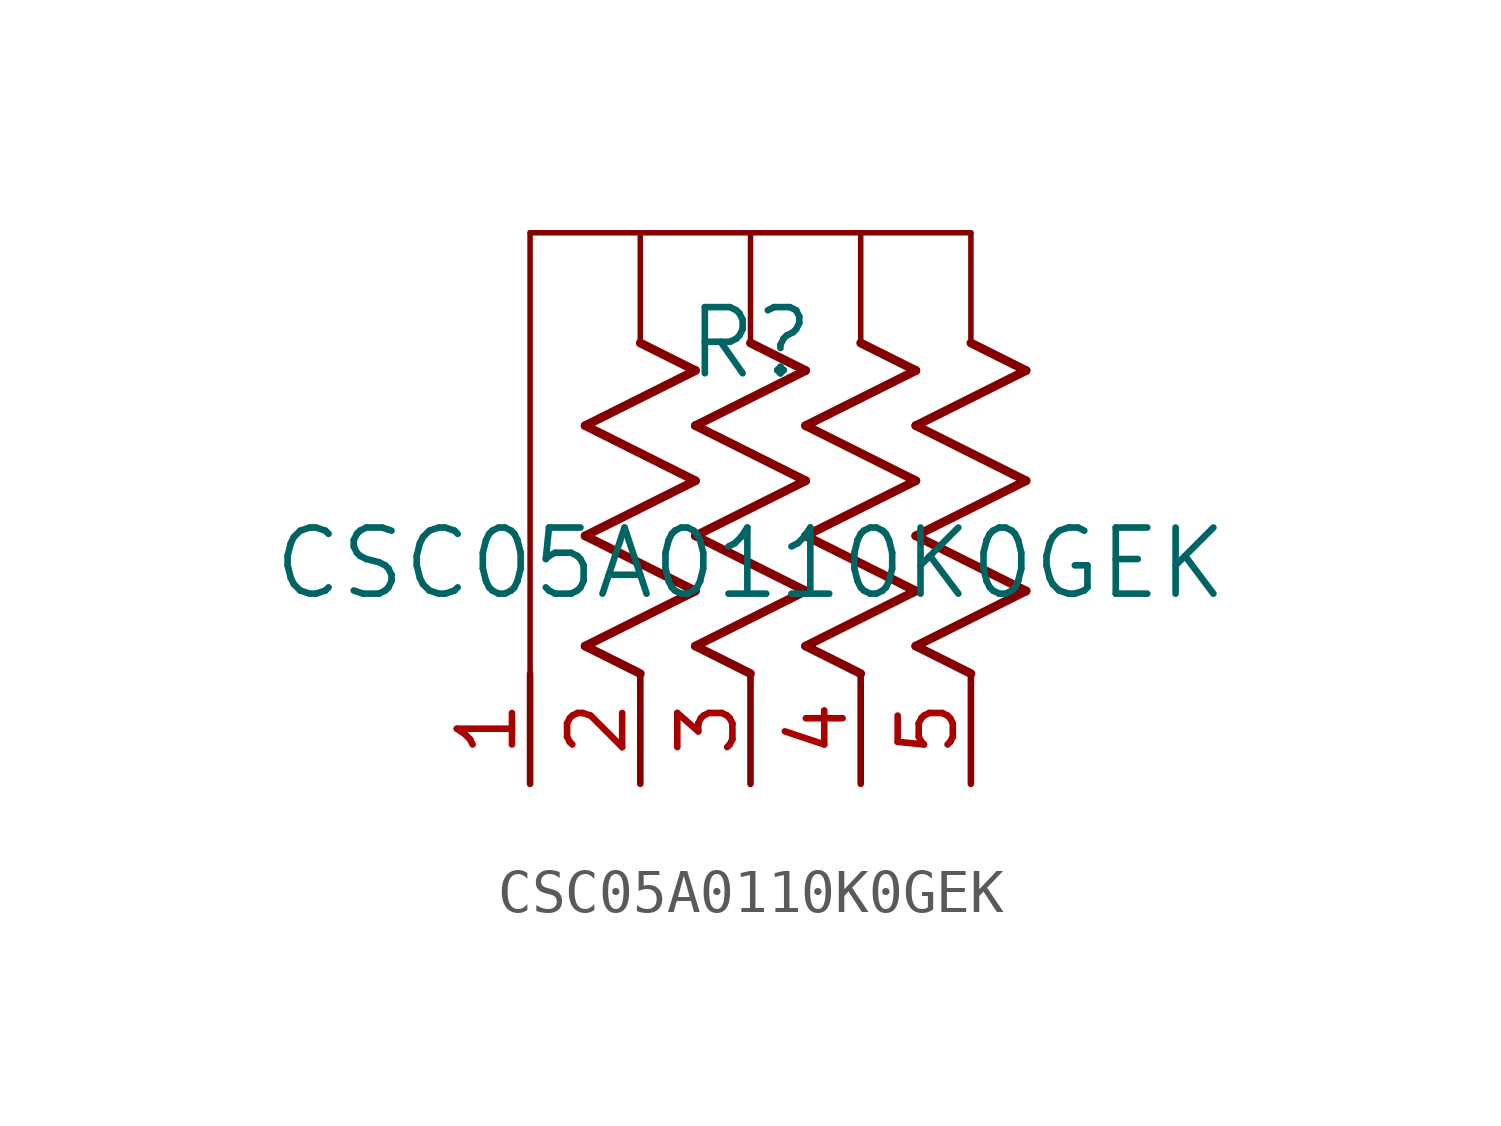
<source format=kicad_sym>
(kicad_symbol_lib
  (version 20211014)
  (generator kicad_symbol_editor)
  (symbol "CSC05A0110K0GEK"
    (pin_names
      (offset 0.254))
    (property "Reference" "R"
      (at 5.08 10.16 0)
      (effects (font (size 1.524 1.524))))
    (property "Value" "CSC05A0110K0GEK"
      (at 5.08 5.08 0)
      (effects (font (size 1.524 1.524))))
    (symbol "CSC05A0110K0GEK_0_1"
      (polyline (pts (xy 0 2.54) (xy 0 12.7)) (stroke (width 0.127) (type default) (color 0 0 0 0)) (fill (type none)))
      (polyline (pts (xy 2.54 10.16) (xy 2.54 12.7)) (stroke (width 0.127) (type default) (color 0 0 0 0)) (fill (type none)))
      (polyline (pts (xy 5.08 10.16) (xy 5.08 12.7)) (stroke (width 0.127) (type default) (color 0 0 0 0)) (fill (type none)))
      (polyline (pts (xy 1.27 3.175) (xy 3.81 4.445)) (stroke (width 0.203) (type default) (color 0 0 0 0)) (fill (type none)))
      (polyline (pts (xy 3.81 4.445) (xy 1.27 5.715)) (stroke (width 0.203) (type default) (color 0 0 0 0)) (fill (type none)))
      (polyline (pts (xy 1.27 5.715) (xy 3.81 6.985)) (stroke (width 0.203) (type default) (color 0 0 0 0)) (fill (type none)))
      (polyline (pts (xy 3.81 6.985) (xy 1.27 8.255)) (stroke (width 0.203) (type default) (color 0 0 0 0)) (fill (type none)))
      (polyline (pts (xy 1.27 8.255) (xy 3.81 9.525)) (stroke (width 0.203) (type default) (color 0 0 0 0)) (fill (type none)))
      (polyline (pts (xy 2.54 2.54) (xy 1.27 3.175)) (stroke (width 0.203) (type default) (color 0 0 0 0)) (fill (type none)))
      (polyline (pts (xy 3.81 9.525) (xy 2.54 10.16)) (stroke (width 0.203) (type default) (color 0 0 0 0)) (fill (type none)))
      (polyline (pts (xy 3.81 3.175) (xy 6.35 4.445)) (stroke (width 0.203) (type default) (color 0 0 0 0)) (fill (type none)))
      (polyline (pts (xy 6.35 4.445) (xy 3.81 5.715)) (stroke (width 0.203) (type default) (color 0 0 0 0)) (fill (type none)))
      (polyline (pts (xy 3.81 5.715) (xy 6.35 6.985)) (stroke (width 0.203) (type default) (color 0 0 0 0)) (fill (type none)))
      (polyline (pts (xy 6.35 6.985) (xy 3.81 8.255)) (stroke (width 0.203) (type default) (color 0 0 0 0)) (fill (type none)))
      (polyline (pts (xy 3.81 8.255) (xy 6.35 9.525)) (stroke (width 0.203) (type default) (color 0 0 0 0)) (fill (type none)))
      (polyline (pts (xy 5.08 2.54) (xy 3.81 3.175)) (stroke (width 0.203) (type default) (color 0 0 0 0)) (fill (type none)))
      (polyline (pts (xy 6.35 9.525) (xy 5.08 10.16)) (stroke (width 0.203) (type default) (color 0 0 0 0)) (fill (type none)))
      (polyline (pts (xy 6.35 3.175) (xy 8.89 4.445)) (stroke (width 0.203) (type default) (color 0 0 0 0)) (fill (type none)))
      (polyline (pts (xy 8.89 4.445) (xy 6.35 5.715)) (stroke (width 0.203) (type default) (color 0 0 0 0)) (fill (type none)))
      (polyline (pts (xy 6.35 5.715) (xy 8.89 6.985)) (stroke (width 0.203) (type default) (color 0 0 0 0)) (fill (type none)))
      (polyline (pts (xy 8.89 6.985) (xy 6.35 8.255)) (stroke (width 0.203) (type default) (color 0 0 0 0)) (fill (type none)))
      (polyline (pts (xy 6.35 8.255) (xy 8.89 9.525)) (stroke (width 0.203) (type default) (color 0 0 0 0)) (fill (type none)))
      (polyline (pts (xy 7.62 2.54) (xy 6.35 3.175)) (stroke (width 0.203) (type default) (color 0 0 0 0)) (fill (type none)))
      (polyline (pts (xy 8.89 9.525) (xy 7.62 10.16)) (stroke (width 0.203) (type default) (color 0 0 0 0)) (fill (type none)))
      (polyline (pts (xy 8.89 3.175) (xy 11.43 4.445)) (stroke (width 0.203) (type default) (color 0 0 0 0)) (fill (type none)))
      (polyline (pts (xy 11.43 4.445) (xy 8.89 5.715)) (stroke (width 0.203) (type default) (color 0 0 0 0)) (fill (type none)))
      (polyline (pts (xy 8.89 5.715) (xy 11.43 6.985)) (stroke (width 0.203) (type default) (color 0 0 0 0)) (fill (type none)))
      (polyline (pts (xy 11.43 6.985) (xy 8.89 8.255)) (stroke (width 0.203) (type default) (color 0 0 0 0)) (fill (type none)))
      (polyline (pts (xy 8.89 8.255) (xy 11.43 9.525)) (stroke (width 0.203) (type default) (color 0 0 0 0)) (fill (type none)))
      (polyline (pts (xy 10.16 2.54) (xy 8.89 3.175)) (stroke (width 0.203) (type default) (color 0 0 0 0)) (fill (type none)))
      (polyline (pts (xy 11.43 9.525) (xy 10.16 10.16)) (stroke (width 0.203) (type default) (color 0 0 0 0)) (fill (type none)))
      (polyline (pts (xy 7.62 10.16) (xy 7.62 12.7)) (stroke (width 0.127) (type default) (color 0 0 0 0)) (fill (type none)))
      (polyline (pts (xy 10.16 10.16) (xy 10.16 12.7)) (stroke (width 0.127) (type default) (color 0 0 0 0)) (fill (type none)))
      (polyline (pts (xy 0 12.7) (xy 10.16 12.7)) (stroke (width 0.127) (type default) (color 0 0 0 0)) (fill (type none)))
      (pin unspecified line (at 0 0 90) (length 2.54) (name "" (effects (font (size 1.27 1.27)))) (number "1" (effects (font (size 1.27 1.27)))))
      (pin unspecified line (at 2.54 0 90) (length 2.54) (name "" (effects (font (size 1.27 1.27)))) (number "2" (effects (font (size 1.27 1.27)))))
      (pin unspecified line (at 5.08 0 90) (length 2.54) (name "" (effects (font (size 1.27 1.27)))) (number "3" (effects (font (size 1.27 1.27)))))
      (pin unspecified line (at 7.62 0 90) (length 2.54) (name "" (effects (font (size 1.27 1.27)))) (number "4" (effects (font (size 1.27 1.27)))))
      (pin unspecified line (at 10.16 0 90) (length 2.54) (name "" (effects (font (size 1.27 1.27)))) (number "5" (effects (font (size 1.27 1.27))))))))
</source>
